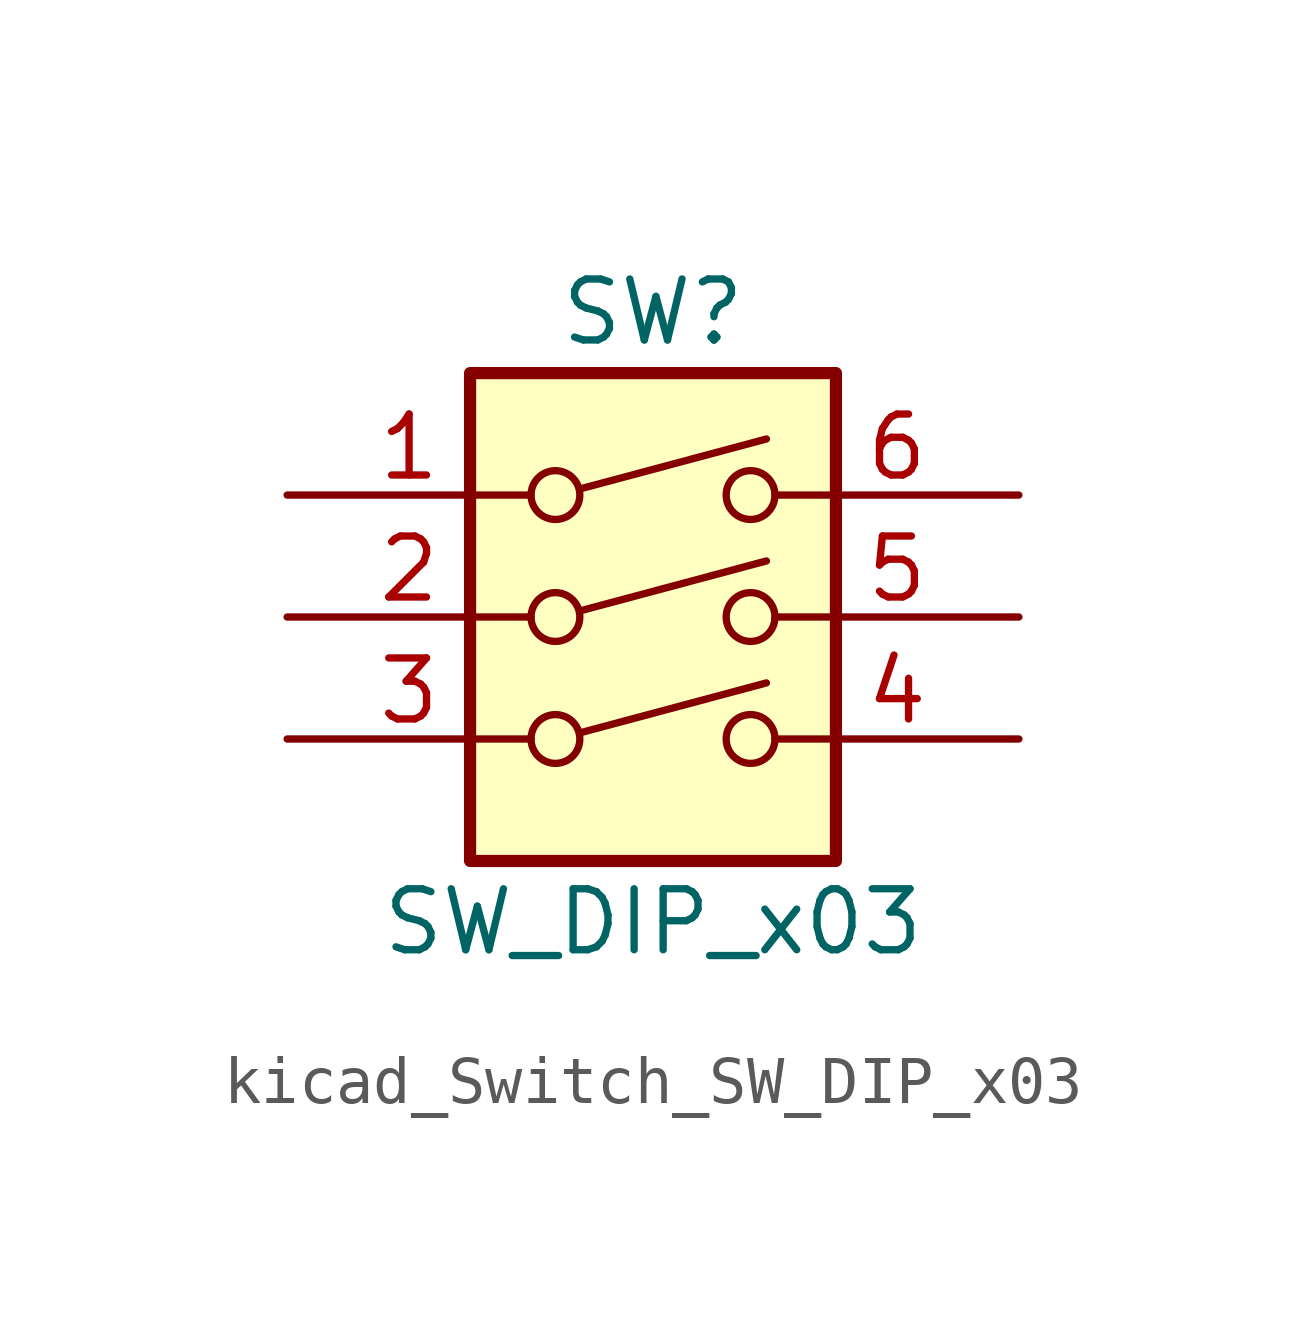
<source format=kicad_sym>
(kicad_symbol_lib
  (version 20220914)
  (generator kicad_symbol_editor)
  (symbol "kicad_Switch_SW_DIP_x03"
    (pin_names
      (offset 0) hide)
    (property "Reference" "SW"
      (at 0 8.89 0)
      (effects (font (size 1.27 1.27))))
    (property "Value" "SW_DIP_x03"
      (at 0 -3.81 0)
      (effects (font (size 1.27 1.27))))
    (symbol "kicad_Switch_SW_DIP_x03_0_0"
      (circle (center -2.032 0) (radius 0.508) (stroke (width 0) (type default)) (fill (type none)))
      (circle (center -2.032 2.54) (radius 0.508) (stroke (width 0) (type default)) (fill (type none)))
      (circle (center -2.032 5.08) (radius 0.508) (stroke (width 0) (type default)) (fill (type none)))
      (polyline (pts (xy -1.524 0.127) (xy 2.362 1.168)) (stroke (width 0) (type default)) (fill (type none)))
      (polyline (pts (xy -1.524 2.667) (xy 2.362 3.708)) (stroke (width 0) (type default)) (fill (type none)))
      (polyline (pts (xy -1.524 5.207) (xy 2.362 6.248)) (stroke (width 0) (type default)) (fill (type none)))
      (circle (center 2.032 0) (radius 0.508) (stroke (width 0) (type default)) (fill (type none)))
      (circle (center 2.032 2.54) (radius 0.508) (stroke (width 0) (type default)) (fill (type none)))
      (circle (center 2.032 5.08) (radius 0.508) (stroke (width 0) (type default)) (fill (type none))))
    (symbol "kicad_Switch_SW_DIP_x03_0_1"
      (rectangle (start -3.81 7.62) (end 3.81 -2.54) (stroke (width 0.254) (type default)) (fill (type background))))
    (symbol "kicad_Switch_SW_DIP_x03_1_1"
      (pin passive line (at -7.62 5.08 0) (length 5.08) (name "~" (effects (font (size 1.27 1.27)))) (number "1" (effects (font (size 1.27 1.27)))))
      (pin passive line (at -7.62 2.54 0) (length 5.08) (name "~" (effects (font (size 1.27 1.27)))) (number "2" (effects (font (size 1.27 1.27)))))
      (pin passive line (at -7.62 0 0) (length 5.08) (name "~" (effects (font (size 1.27 1.27)))) (number "3" (effects (font (size 1.27 1.27)))))
      (pin passive line (at 7.62 0 180) (length 5.08) (name "~" (effects (font (size 1.27 1.27)))) (number "4" (effects (font (size 1.27 1.27)))))
      (pin passive line (at 7.62 2.54 180) (length 5.08) (name "~" (effects (font (size 1.27 1.27)))) (number "5" (effects (font (size 1.27 1.27)))))
      (pin passive line (at 7.62 5.08 180) (length 5.08) (name "~" (effects (font (size 1.27 1.27)))) (number "6" (effects (font (size 1.27 1.27))))))))
</source>
